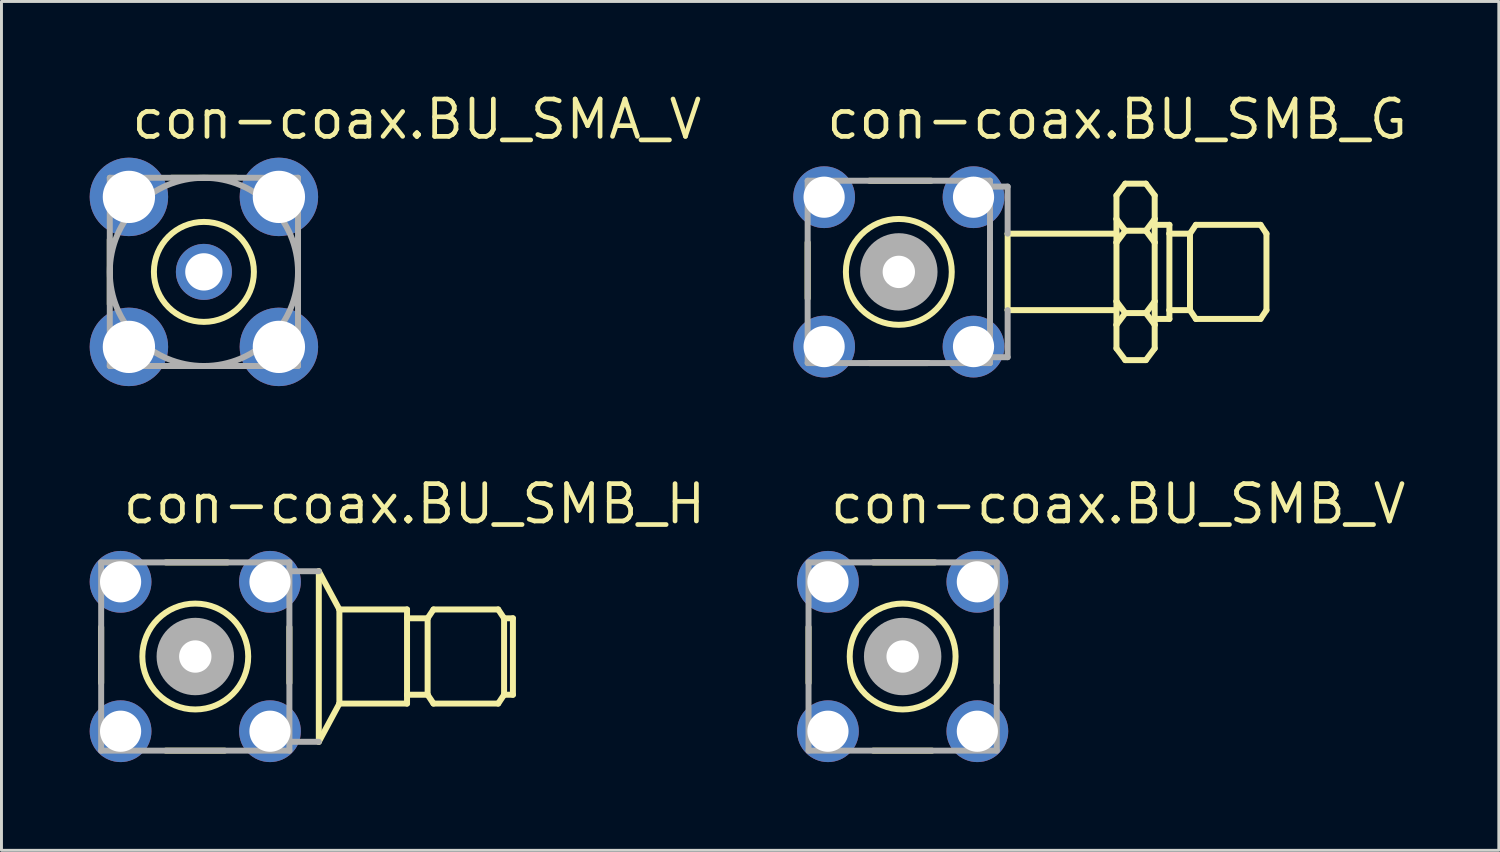
<source format=kicad_pcb>
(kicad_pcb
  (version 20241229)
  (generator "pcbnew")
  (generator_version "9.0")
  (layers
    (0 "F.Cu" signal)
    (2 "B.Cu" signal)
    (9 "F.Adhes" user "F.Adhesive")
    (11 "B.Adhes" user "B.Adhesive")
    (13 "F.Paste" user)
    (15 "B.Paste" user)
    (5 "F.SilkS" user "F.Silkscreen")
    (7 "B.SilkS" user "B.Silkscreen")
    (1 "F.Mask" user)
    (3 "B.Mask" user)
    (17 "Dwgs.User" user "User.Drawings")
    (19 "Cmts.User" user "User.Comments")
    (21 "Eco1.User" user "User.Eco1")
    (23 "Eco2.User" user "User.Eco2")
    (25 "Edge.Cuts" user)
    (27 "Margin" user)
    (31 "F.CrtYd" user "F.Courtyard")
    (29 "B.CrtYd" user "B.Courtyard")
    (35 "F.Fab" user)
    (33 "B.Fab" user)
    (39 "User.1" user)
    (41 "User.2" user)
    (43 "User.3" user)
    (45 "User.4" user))
  (footprint "con-coax.BU_SMB_V"
    (layer "F.Cu")
    (at 27.642 19.273)
    (property "Reference" "con-coax.BU_SMB_V" (at -2.54 -4.445 0) (layer "F.SilkS") (effects (font (size 1.27 1.27) (thickness 0.16)) (justify left bottom)))
    (attr through_hole)
    (fp_line (start -3.2 0.9) (end -3.2 -1) (stroke (width 0.203) (type default)) (layer "F.SilkS"))
    (fp_line (start -1 -3.2) (end 1.1 -3.2) (stroke (width 0.203) (type default)) (layer "F.SilkS"))
    (fp_line (start 1 3.2) (end -1 3.2) (stroke (width 0.203) (type default)) (layer "F.SilkS"))
    (fp_line (start 3.2 -1) (end 3.2 0.9) (stroke (width 0.203) (type default)) (layer "F.SilkS"))
    (fp_circle (center 0 0) (end 1.8 0) (stroke (width 0.203) (type default)) (fill no) (layer "F.SilkS"))
    (fp_line (start -3.2 3.2) (end 3.2 3.2) (stroke (width 0.203) (type default)) (layer "F.Fab"))
    (fp_line (start -3.2 -3.2) (end -3.2 3.2) (stroke (width 0.203) (type default)) (layer "F.Fab"))
    (fp_line (start 3.2 3.2) (end 3.2 -3.2) (stroke (width 0.203) (type default)) (layer "F.Fab"))
    (fp_line (start 3.2 -3.2) (end -3.2 -3.2) (stroke (width 0.203) (type default)) (layer "F.Fab"))
    (fp_circle (center 0 0) (end 0.3 0) (stroke (width 1.016) (type default)) (fill no) (layer "F.Fab"))
    (pad "1" thru_hole circle (at 0 0) (size 1.65 1.65) (drill 1.1) (layers "*.Cu" "*.Mask"))
    (pad "2" thru_hole circle (at -2.54 -2.54) (size 2.1 2.1) (drill 1.4) (layers "*.Cu" "*.Mask"))
    (pad "3" thru_hole circle (at 2.54 -2.54) (size 2.1 2.1) (drill 1.4) (layers "*.Cu" "*.Mask"))
    (pad "4" thru_hole circle (at 2.54 2.54) (size 2.1 2.1) (drill 1.4) (layers "*.Cu" "*.Mask"))
    (pad "5" thru_hole circle (at -2.54 2.54) (size 2.1 2.1) (drill 1.4) (layers "*.Cu" "*.Mask")))
  (footprint "con-coax.BU_SMB_H"
    (layer "F.Cu")
    (at 3.59 19.273)
    (property "Reference" "con-coax.BU_SMB_H" (at -2.54 -4.445 0) (layer "F.SilkS") (effects (font (size 1.27 1.27) (thickness 0.16)) (justify left bottom)))
    (attr through_hole)
    (fp_line (start -3.2 0.9) (end -3.2 -1) (stroke (width 0.203) (type default)) (layer "F.SilkS"))
    (fp_line (start -1 -3.2) (end 1.1 -3.2) (stroke (width 0.203) (type default)) (layer "F.SilkS"))
    (fp_line (start 1 3.2) (end -1 3.2) (stroke (width 0.203) (type default)) (layer "F.SilkS"))
    (fp_line (start 3.2 -1) (end 3.2 0.9) (stroke (width 0.203) (type default)) (layer "F.SilkS"))
    (fp_line (start 4.2 -2.9) (end 4.2 2.9) (stroke (width 0.203) (type default)) (layer "F.SilkS"))
    (fp_line (start 4.2 -2.9) (end 4.9 -1.6) (stroke (width 0.203) (type default)) (layer "F.SilkS"))
    (fp_line (start 4.9 -1.6) (end 4.9 1.6) (stroke (width 0.203) (type default)) (layer "F.SilkS"))
    (fp_line (start 4.9 -1.6) (end 7.2 -1.6) (stroke (width 0.203) (type default)) (layer "F.SilkS"))
    (fp_line (start 4.9 1.6) (end 4.2 2.9) (stroke (width 0.203) (type default)) (layer "F.SilkS"))
    (fp_line (start 7.2 -1.6) (end 7.2 -1.3) (stroke (width 0.203) (type default)) (layer "F.SilkS"))
    (fp_line (start 7.2 -1.3) (end 7.2 1.3) (stroke (width 0.203) (type default)) (layer "F.SilkS"))
    (fp_line (start 7.2 -1.3) (end 7.9 -1.3) (stroke (width 0.203) (type default)) (layer "F.SilkS"))
    (fp_line (start 7.2 1.3) (end 7.2 1.6) (stroke (width 0.203) (type default)) (layer "F.SilkS"))
    (fp_line (start 7.2 1.3) (end 7.9 1.3) (stroke (width 0.203) (type default)) (layer "F.SilkS"))
    (fp_line (start 7.2 1.6) (end 4.9 1.6) (stroke (width 0.203) (type default)) (layer "F.SilkS"))
    (fp_line (start 7.9 -1.3) (end 7.9 1.3) (stroke (width 0.203) (type default)) (layer "F.SilkS"))
    (fp_line (start 7.9 1.3) (end 8.1 1.6) (stroke (width 0.203) (type default)) (layer "F.SilkS"))
    (fp_line (start 8.1 -1.6) (end 7.9 -1.3) (stroke (width 0.203) (type default)) (layer "F.SilkS"))
    (fp_line (start 8.1 1.6) (end 10.3 1.6) (stroke (width 0.203) (type default)) (layer "F.SilkS"))
    (fp_line (start 10.3 -1.6) (end 8.1 -1.6) (stroke (width 0.203) (type default)) (layer "F.SilkS"))
    (fp_line (start 10.3 -1.6) (end 10.5 -1.3) (stroke (width 0.203) (type default)) (layer "F.SilkS"))
    (fp_line (start 10.5 -1.3) (end 10.5 1.3) (stroke (width 0.203) (type default)) (layer "F.SilkS"))
    (fp_line (start 10.5 -1.3) (end 10.8 -1.3) (stroke (width 0.203) (type default)) (layer "F.SilkS"))
    (fp_line (start 10.5 1.3) (end 10.3 1.6) (stroke (width 0.203) (type default)) (layer "F.SilkS"))
    (fp_line (start 10.5 1.3) (end 10.8 1.3) (stroke (width 0.203) (type default)) (layer "F.SilkS"))
    (fp_line (start 10.8 1.3) (end 10.8 -1.3) (stroke (width 0.203) (type default)) (layer "F.SilkS"))
    (fp_circle (center 0 0) (end 1.8 0) (stroke (width 0.203) (type default)) (fill no) (layer "F.SilkS"))
    (fp_line (start -3.2 3.2) (end 3.2 3.2) (stroke (width 0.203) (type default)) (layer "F.Fab"))
    (fp_line (start -3.2 -3.2) (end -3.2 3.2) (stroke (width 0.203) (type default)) (layer "F.Fab"))
    (fp_line (start 3.2 3.2) (end 3.2 -3.2) (stroke (width 0.203) (type default)) (layer "F.Fab"))
    (fp_line (start 3.2 -3.2) (end -3.2 -3.2) (stroke (width 0.203) (type default)) (layer "F.Fab"))
    (fp_line (start 3.3 -2.9) (end 4.2 -2.9) (stroke (width 0.203) (type default)) (layer "F.Fab"))
    (fp_line (start 4.2 2.9) (end 3.3 2.9) (stroke (width 0.203) (type default)) (layer "F.Fab"))
    (fp_circle (center 0 0) (end 0.3 0) (stroke (width 1.016) (type default)) (fill no) (layer "F.Fab"))
    (pad "1" thru_hole circle (at 0 0) (size 1.65 1.65) (drill 1.1) (layers "*.Cu" "*.Mask"))
    (pad "2" thru_hole circle (at -2.54 -2.54) (size 2.1 2.1) (drill 1.4) (layers "*.Cu" "*.Mask"))
    (pad "3" thru_hole circle (at 2.54 -2.54) (size 2.1 2.1) (drill 1.4) (layers "*.Cu" "*.Mask"))
    (pad "4" thru_hole circle (at 2.54 2.54) (size 2.1 2.1) (drill 1.4) (layers "*.Cu" "*.Mask"))
    (pad "5" thru_hole circle (at -2.54 2.54) (size 2.1 2.1) (drill 1.4) (layers "*.Cu" "*.Mask")))
  (footprint "con-coax.BU_SMB_G"
    (layer "F.Cu")
    (at 27.512 6.195)
    (property "Reference" "con-coax.BU_SMB_G" (at -2.54 -4.445 0) (layer "F.SilkS") (effects (font (size 1.27 1.27) (thickness 0.16)) (justify left bottom)))
    (attr through_hole)
    (fp_line (start -3.1 0.9) (end -3.1 -1) (stroke (width 0.203) (type default)) (layer "F.SilkS"))
    (fp_line (start -1 -3.1) (end 1.1 -3.1) (stroke (width 0.203) (type default)) (layer "F.SilkS"))
    (fp_line (start 1 3.1) (end -1 3.1) (stroke (width 0.203) (type default)) (layer "F.SilkS"))
    (fp_line (start 3.1 -1) (end 3.1 0.9) (stroke (width 0.203) (type default)) (layer "F.SilkS"))
    (fp_line (start 3.7 -1.3) (end 3.7 1.3) (stroke (width 0.203) (type default)) (layer "F.SilkS"))
    (fp_line (start 3.7 -1.3) (end 7.4 -1.3) (stroke (width 0.203) (type default)) (layer "F.SilkS"))
    (fp_line (start 3.7 1.3) (end 7.4 1.3) (stroke (width 0.203) (type default)) (layer "F.SilkS"))
    (fp_line (start 7.4 -1.8) (end 7.4 -2.6) (stroke (width 0.203) (type default)) (layer "F.SilkS"))
    (fp_line (start 7.4 -1.8) (end 7.7 -1.4) (stroke (width 0.203) (type default)) (layer "F.SilkS"))
    (fp_line (start 7.4 -1.3) (end 7.4 -1.8) (stroke (width 0.203) (type default)) (layer "F.SilkS"))
    (fp_line (start 7.4 -1) (end 7.4 -1.3) (stroke (width 0.203) (type default)) (layer "F.SilkS"))
    (fp_line (start 7.4 -1) (end 7.7 -1.4) (stroke (width 0.203) (type default)) (layer "F.SilkS"))
    (fp_line (start 7.4 1) (end 7.4 -1) (stroke (width 0.203) (type default)) (layer "F.SilkS"))
    (fp_line (start 7.4 1) (end 7.7 1.4) (stroke (width 0.203) (type default)) (layer "F.SilkS"))
    (fp_line (start 7.4 1.3) (end 7.4 1) (stroke (width 0.203) (type default)) (layer "F.SilkS"))
    (fp_line (start 7.4 1.8) (end 7.4 1.3) (stroke (width 0.203) (type default)) (layer "F.SilkS"))
    (fp_line (start 7.4 1.8) (end 7.7 1.4) (stroke (width 0.203) (type default)) (layer "F.SilkS"))
    (fp_line (start 7.4 2.6) (end 7.4 1.8) (stroke (width 0.203) (type default)) (layer "F.SilkS"))
    (fp_line (start 7.4 2.6) (end 7.7 3) (stroke (width 0.203) (type default)) (layer "F.SilkS"))
    (fp_line (start 7.7 -3) (end 7.4 -2.6) (stroke (width 0.203) (type default)) (layer "F.SilkS"))
    (fp_line (start 7.7 -3) (end 8.4 -3) (stroke (width 0.203) (type default)) (layer "F.SilkS"))
    (fp_line (start 7.7 -1.4) (end 8.4 -1.4) (stroke (width 0.203) (type default)) (layer "F.SilkS"))
    (fp_line (start 7.7 1.4) (end 8.4 1.4) (stroke (width 0.203) (type default)) (layer "F.SilkS"))
    (fp_line (start 7.7 3) (end 8.4 3) (stroke (width 0.203) (type default)) (layer "F.SilkS"))
    (fp_line (start 8.4 -3) (end 8.7 -2.6) (stroke (width 0.203) (type default)) (layer "F.SilkS"))
    (fp_line (start 8.4 -1.4) (end 8.7 -1.8) (stroke (width 0.203) (type default)) (layer "F.SilkS"))
    (fp_line (start 8.4 -1.4) (end 8.7 -1) (stroke (width 0.203) (type default)) (layer "F.SilkS"))
    (fp_line (start 8.4 1.4) (end 8.7 1) (stroke (width 0.203) (type default)) (layer "F.SilkS"))
    (fp_line (start 8.4 1.4) (end 8.7 1.8) (stroke (width 0.203) (type default)) (layer "F.SilkS"))
    (fp_line (start 8.4 3) (end 8.7 2.6) (stroke (width 0.203) (type default)) (layer "F.SilkS"))
    (fp_line (start 8.7 -2.6) (end 8.7 -1.8) (stroke (width 0.203) (type default)) (layer "F.SilkS"))
    (fp_line (start 8.7 -1.8) (end 8.7 -1.6) (stroke (width 0.203) (type default)) (layer "F.SilkS"))
    (fp_line (start 8.7 -1.6) (end 8.7 -1) (stroke (width 0.203) (type default)) (layer "F.SilkS"))
    (fp_line (start 8.7 -1) (end 8.7 1) (stroke (width 0.203) (type default)) (layer "F.SilkS"))
    (fp_line (start 8.7 1) (end 8.7 1.6) (stroke (width 0.203) (type default)) (layer "F.SilkS"))
    (fp_line (start 8.7 1.6) (end 8.7 1.8) (stroke (width 0.203) (type default)) (layer "F.SilkS"))
    (fp_line (start 8.7 1.8) (end 8.7 2.6) (stroke (width 0.203) (type default)) (layer "F.SilkS"))
    (fp_line (start 9.2 -1.6) (end 8.7 -1.6) (stroke (width 0.203) (type default)) (layer "F.SilkS"))
    (fp_line (start 9.2 -1.6) (end 9.2 -1.3) (stroke (width 0.203) (type default)) (layer "F.SilkS"))
    (fp_line (start 9.2 -1.3) (end 9.2 1.3) (stroke (width 0.203) (type default)) (layer "F.SilkS"))
    (fp_line (start 9.2 -1.3) (end 9.9 -1.3) (stroke (width 0.203) (type default)) (layer "F.SilkS"))
    (fp_line (start 9.2 1.3) (end 9.2 1.6) (stroke (width 0.203) (type default)) (layer "F.SilkS"))
    (fp_line (start 9.2 1.3) (end 9.9 1.3) (stroke (width 0.203) (type default)) (layer "F.SilkS"))
    (fp_line (start 9.2 1.6) (end 8.7 1.6) (stroke (width 0.203) (type default)) (layer "F.SilkS"))
    (fp_line (start 9.9 -1.3) (end 9.9 1.3) (stroke (width 0.203) (type default)) (layer "F.SilkS"))
    (fp_line (start 9.9 1.3) (end 10.1 1.6) (stroke (width 0.203) (type default)) (layer "F.SilkS"))
    (fp_line (start 10.1 -1.6) (end 9.9 -1.3) (stroke (width 0.203) (type default)) (layer "F.SilkS"))
    (fp_line (start 10.1 1.6) (end 12.3 1.6) (stroke (width 0.203) (type default)) (layer "F.SilkS"))
    (fp_line (start 12.3 -1.6) (end 10.1 -1.6) (stroke (width 0.203) (type default)) (layer "F.SilkS"))
    (fp_line (start 12.3 -1.6) (end 12.5 -1.3) (stroke (width 0.203) (type default)) (layer "F.SilkS"))
    (fp_line (start 12.5 -1.3) (end 12.5 1.3) (stroke (width 0.203) (type default)) (layer "F.SilkS"))
    (fp_line (start 12.5 1.3) (end 12.3 1.6) (stroke (width 0.203) (type default)) (layer "F.SilkS"))
    (fp_circle (center 0 0) (end 1.8 0) (stroke (width 0.203) (type default)) (fill no) (layer "F.SilkS"))
    (fp_line (start -3.1 -3.1) (end -3.1 3.1) (stroke (width 0.203) (type default)) (layer "F.Fab"))
    (fp_line (start -3.1 3.1) (end 3.1 3.1) (stroke (width 0.203) (type default)) (layer "F.Fab"))
    (fp_line (start 3.1 -3.1) (end -3.1 -3.1) (stroke (width 0.203) (type default)) (layer "F.Fab"))
    (fp_line (start 3.1 3.1) (end 3.1 -3.1) (stroke (width 0.203) (type default)) (layer "F.Fab"))
    (fp_line (start 3.2 -2.9) (end 3.7 -2.9) (stroke (width 0.203) (type default)) (layer "F.Fab"))
    (fp_line (start 3.7 -2.9) (end 3.7 -1.3) (stroke (width 0.203) (type default)) (layer "F.Fab"))
    (fp_line (start 3.7 1.3) (end 3.7 2.9) (stroke (width 0.203) (type default)) (layer "F.Fab"))
    (fp_line (start 3.7 2.9) (end 3.2 2.9) (stroke (width 0.203) (type default)) (layer "F.Fab"))
    (fp_circle (center 0 0) (end 0.3 0) (stroke (width 1.016) (type default)) (fill no) (layer "F.Fab"))
    (pad "1" thru_hole circle (at 0 0) (size 1.65 1.65) (drill 1.1) (layers "*.Cu" "*.Mask"))
    (pad "2" thru_hole circle (at -2.54 -2.54) (size 2.1 2.1) (drill 1.4) (layers "*.Cu" "*.Mask"))
    (pad "3" thru_hole circle (at 2.54 -2.54) (size 2.1 2.1) (drill 1.4) (layers "*.Cu" "*.Mask"))
    (pad "4" thru_hole circle (at 2.54 2.54) (size 2.1 2.1) (drill 1.4) (layers "*.Cu" "*.Mask"))
    (pad "5" thru_hole circle (at -2.54 2.54) (size 2.1 2.1) (drill 1.4) (layers "*.Cu" "*.Mask")))
  (footprint "con-coax.BU_SMA_V"
    (layer "F.Cu")
    (at 3.883 6.195)
    (property "Reference" "con-coax.BU_SMA_V" (at -2.54 -4.445 0) (layer "F.SilkS") (effects (font (size 1.27 1.27) (thickness 0.16)) (justify left bottom)))
    (attr through_hole)
    (fp_line (start -3.2 1.1) (end -3.2 -1.1) (stroke (width 0.203) (type default)) (layer "F.SilkS"))
    (fp_line (start -1.1 -3.2) (end 1.1 -3.2) (stroke (width 0.203) (type default)) (layer "F.SilkS"))
    (fp_line (start 1.1 3.2) (end -1.1 3.2) (stroke (width 0.203) (type default)) (layer "F.SilkS"))
    (fp_line (start 3.2 -1.1) (end 3.2 1.1) (stroke (width 0.203) (type default)) (layer "F.SilkS"))
    (fp_circle (center 0 0) (end 1.7 0) (stroke (width 0.203) (type default)) (fill no) (layer "F.SilkS"))
    (fp_line (start -3.2 3.2) (end -3.2 -3.2) (stroke (width 0.203) (type default)) (layer "F.Fab"))
    (fp_line (start -3.2 -3.2) (end 3.2 -3.2) (stroke (width 0.203) (type default)) (layer "F.Fab"))
    (fp_line (start 3.2 3.2) (end -3.2 3.2) (stroke (width 0.203) (type default)) (layer "F.Fab"))
    (fp_line (start 3.2 -3.2) (end 3.2 3.2) (stroke (width 0.203) (type default)) (layer "F.Fab"))
    (fp_circle (center 0 0) (end 3.2 0) (stroke (width 0.203) (type default)) (fill no) (layer "F.Fab"))
    (pad "1" thru_hole circle (at 0 0) (size 1.905 1.905) (drill 1.27) (layers "*.Cu" "*.Mask"))
    (pad "2" thru_hole circle (at -2.55 -2.55) (size 2.667 2.667) (drill 1.778) (layers "*.Cu" "*.Mask"))
    (pad "3" thru_hole circle (at 2.55 -2.55) (size 2.667 2.667) (drill 1.778) (layers "*.Cu" "*.Mask"))
    (pad "4" thru_hole circle (at 2.55 2.55) (size 2.667 2.667) (drill 1.778) (layers "*.Cu" "*.Mask"))
    (pad "5" thru_hole circle (at -2.55 2.55) (size 2.667 2.667) (drill 1.778) (layers "*.Cu" "*.Mask")))
  (gr_rect
    (start -3 -3)
    (end 47.913 25.863)
    (stroke (width 0.1) (type default))
    (fill no)
    (layer "Edge.Cuts")))
</source>
